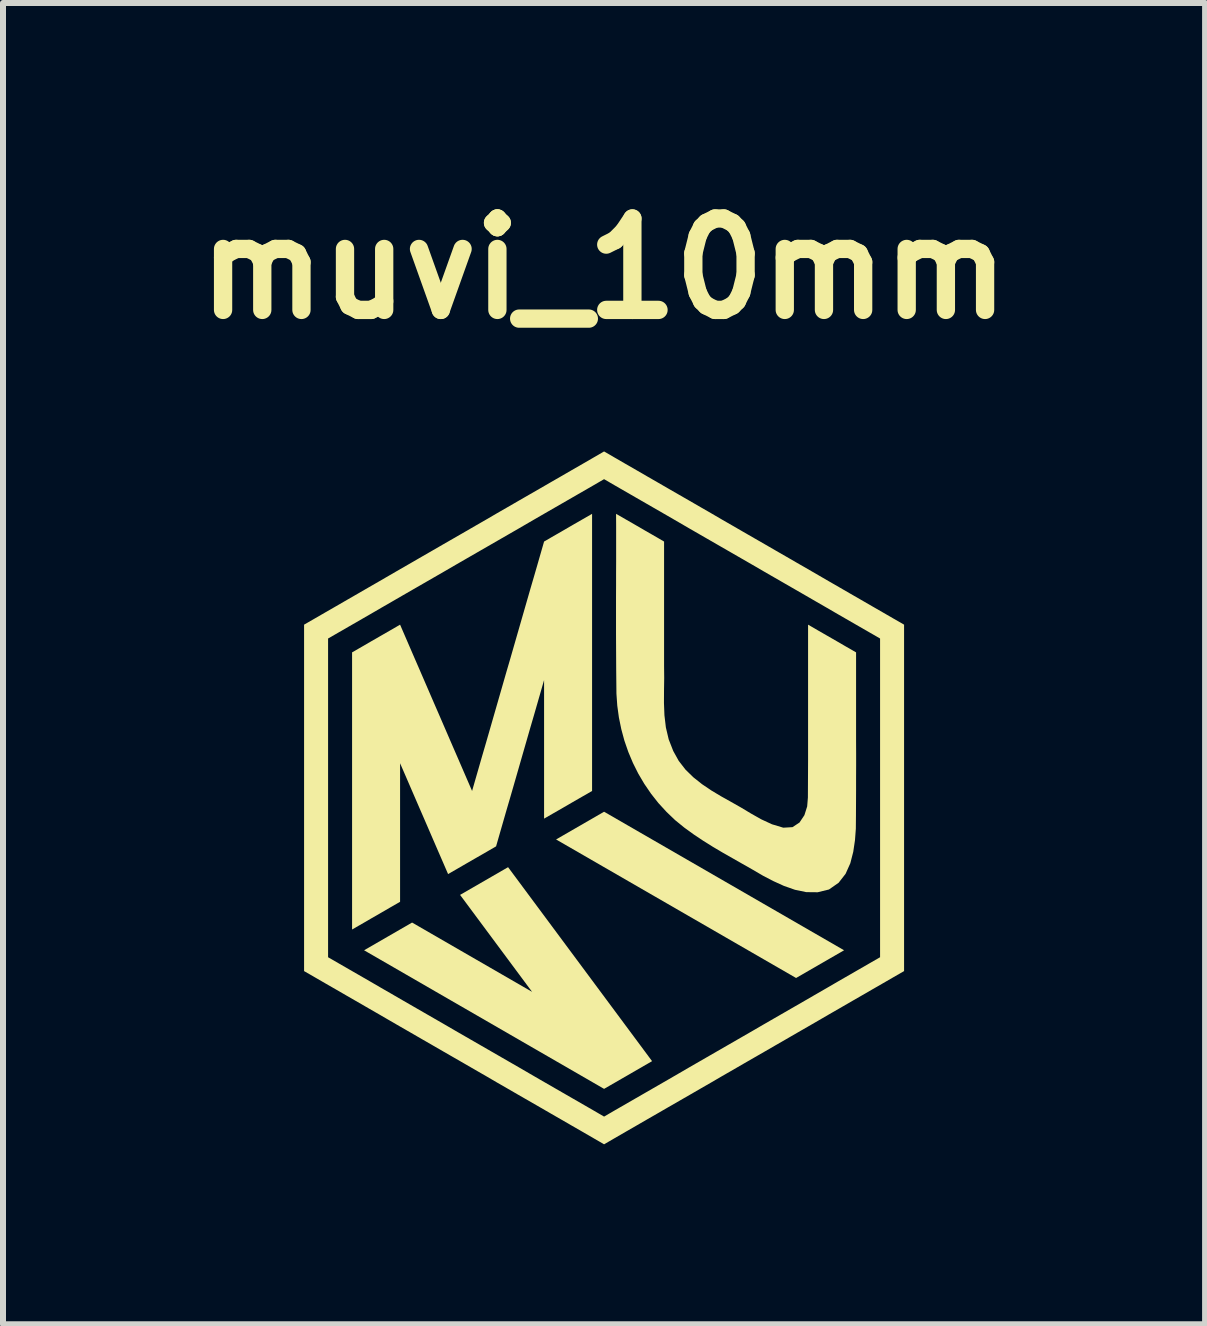
<source format=kicad_pcb>
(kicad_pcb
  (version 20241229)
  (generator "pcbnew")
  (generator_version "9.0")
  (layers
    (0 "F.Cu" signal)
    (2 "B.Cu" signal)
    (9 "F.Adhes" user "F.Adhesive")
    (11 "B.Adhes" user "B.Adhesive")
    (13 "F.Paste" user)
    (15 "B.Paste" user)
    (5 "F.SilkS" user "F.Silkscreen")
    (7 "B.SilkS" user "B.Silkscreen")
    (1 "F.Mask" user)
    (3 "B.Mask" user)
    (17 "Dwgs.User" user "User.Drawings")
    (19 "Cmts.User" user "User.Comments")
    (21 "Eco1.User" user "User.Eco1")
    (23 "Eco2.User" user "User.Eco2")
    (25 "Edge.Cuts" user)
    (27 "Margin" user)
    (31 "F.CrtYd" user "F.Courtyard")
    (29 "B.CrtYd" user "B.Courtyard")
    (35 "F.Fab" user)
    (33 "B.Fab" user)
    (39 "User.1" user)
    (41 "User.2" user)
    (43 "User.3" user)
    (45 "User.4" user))
  (footprint "muvi_10mm"
    (layer "F.Cu")
    (at 7.018 10.248)
    (property "Reference" "muvi_10mm" (at 0 -8.822 0) (layer "F.SilkS") (effects (font (size 1.524 1.524) (thickness 0.305))))
    (attr smd)
    (fp_poly (pts (xy -0.8 0.693) (xy 0 0.231) (xy 4 2.54) (xy 3.2 3.002) (xy -0.8 0.693)) (stroke (width 0) (type solid)) (fill yes) (layer "F.SilkS"))
    (fp_poly (pts (xy -4 2.54) (xy -3.2 2.078) (xy -1.2 3.233) (xy -2.4 1.617) (xy -1.6 1.155) (xy 0.8 4.388) (xy 0 4.85) (xy -4 2.54)) (stroke (width 0) (type solid)) (fill yes) (layer "F.SilkS"))
    (fp_poly (pts (xy 0.2 -4.734) (xy 0.201 -4.534) (xy 0.201 -4.334) (xy 0.201 -4.135) (xy 0.201 -3.935) (xy 0.2 -3.735) (xy 0.2 -3.535) (xy 0.199 -3.335) (xy 0.199 -3.135) (xy 0.199 -2.935) (xy 0.199 -2.735) (xy 0.2 -2.535) (xy 0.201 -2.335) (xy 0.202 -2.135) (xy 0.204 -1.936) (xy 0.206 -1.736) (xy 0.22 -1.537) (xy 0.247 -1.34) (xy 0.287 -1.145) (xy 0.339 -0.953) (xy 0.404 -0.765) (xy 0.481 -0.582) (xy 0.57 -0.404) (xy 0.671 -0.233) (xy 0.783 -0.069) (xy 0.906 0.087) (xy 1.04 0.233) (xy 1.184 0.371) (xy 1.339 0.497) (xy 1.495 0.61) (xy 1.654 0.716) (xy 1.817 0.818) (xy 1.983 0.916) (xy 2.15 1.011) (xy 2.317 1.106) (xy 2.484 1.201) (xy 2.65 1.298) (xy 2.819 1.386) (xy 2.997 1.467) (xy 3.182 1.532) (xy 3.37 1.571) (xy 3.56 1.573) (xy 3.748 1.527) (xy 3.909 1.415) (xy 4.025 1.266) (xy 4.104 1.09) (xy 4.153 0.899) (xy 4.182 0.703) (xy 4.196 0.514) (xy 4.198 0.304) (xy 4.199 0.094) (xy 4.2 -0.116) (xy 4.2 -0.326) (xy 4.201 -0.536) (xy 4.201 -0.746) (xy 4.2 -0.956) (xy 4.2 -1.166) (xy 4.2 -1.375) (xy 4.2 -1.585) (xy 4.2 -1.795) (xy 4.2 -2.005) (xy 4.2 -2.215) (xy 4.2 -2.425) (xy 4.04 -2.517) (xy 3.88 -2.61) (xy 3.72 -2.702) (xy 3.56 -2.794) (xy 3.4 -2.887) (xy 3.4 -2.681) (xy 3.4 -2.475) (xy 3.4 -2.269) (xy 3.4 -2.064) (xy 3.4 -1.858) (xy 3.4 -1.652) (xy 3.4 -1.446) (xy 3.4 -1.24) (xy 3.4 -1.034) (xy 3.4 -0.829) (xy 3.4 -0.623) (xy 3.399 -0.417) (xy 3.398 -0.211) (xy 3.397 -0.005) (xy 3.385 0.142) (xy 3.339 0.288) (xy 3.257 0.411) (xy 3.14 0.488) (xy 2.987 0.497) (xy 2.798 0.44) (xy 2.621 0.358) (xy 2.449 0.261) (xy 2.279 0.159) (xy 2.108 0.062) (xy 1.947 -0.028) (xy 1.787 -0.124) (xy 1.633 -0.228) (xy 1.488 -0.343) (xy 1.357 -0.471) (xy 1.244 -0.617) (xy 1.153 -0.781) (xy 1.077 -0.975) (xy 1.03 -1.174) (xy 1.006 -1.377) (xy 0.998 -1.583) (xy 0.999 -1.791) (xy 1.002 -1.998) (xy 1 -2.204) (xy 1 -2.41) (xy 1 -2.617) (xy 1 -2.824) (xy 1 -3.031) (xy 1 -3.238) (xy 1 -3.445) (xy 1 -3.652) (xy 1 -3.859) (xy 1 -4.066) (xy 1 -4.272) (xy 0.84 -4.365) (xy 0.68 -4.457) (xy 0.52 -4.55) (xy 0.36 -4.642) (xy 0.2 -4.734) (xy 0.2 -4.734)) (stroke (width 0) (type solid)) (fill yes) (layer "F.SilkS"))
    (fp_poly (pts (xy -4.2 2.194) (xy -4.2 1.984) (xy -4.2 1.774) (xy -4.2 1.564) (xy -4.2 1.354) (xy -4.2 1.144) (xy -4.2 0.934) (xy -4.2 0.724) (xy -4.2 0.514) (xy -4.2 0.304) (xy -4.2 0.094) (xy -4.2 -0.115) (xy -4.2 -0.325) (xy -4.2 -0.535) (xy -4.2 -0.745) (xy -4.2 -0.955) (xy -4.2 -1.165) (xy -4.2 -1.375) (xy -4.2 -1.585) (xy -4.2 -1.795) (xy -4.2 -2.005) (xy -4.2 -2.215) (xy -4.2 -2.425) (xy -4.04 -2.517) (xy -3.88 -2.61) (xy -3.72 -2.702) (xy -3.56 -2.794) (xy -3.4 -2.887) (xy -3.32 -2.702) (xy -3.24 -2.517) (xy -3.16 -2.332) (xy -3.08 -2.148) (xy -3 -1.963) (xy -2.92 -1.778) (xy -2.84 -1.593) (xy -2.76 -1.409) (xy -2.68 -1.224) (xy -2.6 -1.039) (xy -2.52 -0.854) (xy -2.44 -0.67) (xy -2.36 -0.485) (xy -2.28 -0.3) (xy -2.2 -0.115) (xy -2.143 -0.313) (xy -2.086 -0.511) (xy -2.029 -0.709) (xy -1.971 -0.907) (xy -1.914 -1.105) (xy -1.857 -1.303) (xy -1.8 -1.501) (xy -1.743 -1.699) (xy -1.686 -1.897) (xy -1.629 -2.095) (xy -1.571 -2.293) (xy -1.514 -2.491) (xy -1.457 -2.689) (xy -1.4 -2.887) (xy -1.343 -3.085) (xy -1.286 -3.283) (xy -1.229 -3.481) (xy -1.171 -3.679) (xy -1.114 -3.876) (xy -1.057 -4.074) (xy -1 -4.272) (xy -0.84 -4.365) (xy -0.68 -4.457) (xy -0.52 -4.55) (xy -0.36 -4.642) (xy -0.2 -4.734) (xy -0.2 -4.524) (xy -0.2 -4.314) (xy -0.2 -4.104) (xy -0.2 -3.894) (xy -0.2 -3.685) (xy -0.2 -3.475) (xy -0.2 -3.265) (xy -0.2 -3.055) (xy -0.2 -2.845) (xy -0.2 -2.635) (xy -0.2 -2.425) (xy -0.2 -2.215) (xy -0.2 -2.005) (xy -0.2 -1.795) (xy -0.2 -1.585) (xy -0.2 -1.375) (xy -0.2 -1.165) (xy -0.2 -0.955) (xy -0.2 -0.745) (xy -0.2 -0.535) (xy -0.2 -0.325) (xy -0.2 -0.115) (xy -0.36 -0.023) (xy -0.52 0.069) (xy -0.68 0.162) (xy -0.84 0.254) (xy -1 0.346) (xy -1 0.136) (xy -1 -0.073) (xy -1 -0.283) (xy -1 -0.493) (xy -1 -0.703) (xy -1 -0.913) (xy -1 -1.123) (xy -1 -1.333) (xy -1 -1.543) (xy -1 -1.753) (xy -1 -1.963) (xy -1.057 -1.765) (xy -1.114 -1.567) (xy -1.171 -1.369) (xy -1.229 -1.171) (xy -1.286 -0.973) (xy -1.343 -0.775) (xy -1.4 -0.577) (xy -1.457 -0.379) (xy -1.514 -0.181) (xy -1.571 0.016) (xy -1.629 0.214) (xy -1.686 0.412) (xy -1.743 0.61) (xy -1.8 0.808) (xy -1.96 0.901) (xy -2.12 0.993) (xy -2.28 1.085) (xy -2.44 1.178) (xy -2.6 1.27) (xy -2.68 1.085) (xy -2.76 0.901) (xy -2.84 0.716) (xy -2.92 0.531) (xy -3 0.346) (xy -3.08 0.162) (xy -3.16 -0.023) (xy -3.24 -0.208) (xy -3.32 -0.393) (xy -3.4 -0.577) (xy -3.4 -0.367) (xy -3.4 -0.157) (xy -3.4 0.052) (xy -3.4 0.262) (xy -3.4 0.472) (xy -3.4 0.682) (xy -3.4 0.892) (xy -3.4 1.102) (xy -3.4 1.312) (xy -3.4 1.522) (xy -3.4 1.732) (xy -3.56 1.824) (xy -3.72 1.917) (xy -3.88 2.009) (xy -4.04 2.102) (xy -4.2 2.194)) (stroke (width 0) (type solid)) (fill yes) (layer "F.SilkS"))
    (fp_poly (pts (xy 0 -5.774) (xy 0 -5.312) (xy 0.177 -5.209) (xy 0.354 -5.107) (xy 0.531 -5.005) (xy 0.708 -4.903) (xy 0.885 -4.801) (xy 1.062 -4.699) (xy 1.238 -4.597) (xy 1.415 -4.494) (xy 1.592 -4.392) (xy 1.769 -4.29) (xy 1.946 -4.188) (xy 2.123 -4.086) (xy 2.3 -3.984) (xy 2.477 -3.882) (xy 2.654 -3.779) (xy 2.831 -3.677) (xy 3.008 -3.575) (xy 3.185 -3.473) (xy 3.362 -3.371) (xy 3.538 -3.269) (xy 3.715 -3.167) (xy 3.892 -3.064) (xy 4.069 -2.962) (xy 4.246 -2.86) (xy 4.423 -2.758) (xy 4.6 -2.656) (xy 4.6 -2.452) (xy 4.6 -2.247) (xy 4.6 -2.043) (xy 4.6 -1.839) (xy 4.6 -1.634) (xy 4.6 -1.43) (xy 4.6 -1.226) (xy 4.6 -1.021) (xy 4.6 -0.817) (xy 4.6 -0.613) (xy 4.6 -0.409) (xy 4.6 -0.204) (xy 4.6 0) (xy 4.6 0.204) (xy 4.6 0.409) (xy 4.6 0.613) (xy 4.6 0.817) (xy 4.6 1.021) (xy 4.6 1.226) (xy 4.6 1.43) (xy 4.6 1.634) (xy 4.6 1.839) (xy 4.6 2.043) (xy 4.6 2.247) (xy 4.6 2.452) (xy 4.6 2.656) (xy 4.423 2.758) (xy 4.246 2.86) (xy 4.069 2.962) (xy 3.892 3.064) (xy 3.715 3.167) (xy 3.538 3.269) (xy 3.362 3.371) (xy 3.185 3.473) (xy 3.008 3.575) (xy 2.831 3.677) (xy 2.654 3.779) (xy 2.477 3.882) (xy 2.3 3.984) (xy 2.123 4.086) (xy 1.946 4.188) (xy 1.769 4.29) (xy 1.592 4.392) (xy 1.415 4.494) (xy 1.238 4.597) (xy 1.062 4.699) (xy 0.885 4.801) (xy 0.708 4.903) (xy 0.531 5.005) (xy 0.354 5.107) (xy 0.177 5.209) (xy 0 5.312) (xy -0.177 5.209) (xy -0.354 5.107) (xy -0.531 5.005) (xy -0.708 4.903) (xy -0.885 4.801) (xy -1.062 4.699) (xy -1.238 4.597) (xy -1.415 4.494) (xy -1.592 4.392) (xy -1.769 4.29) (xy -1.946 4.188) (xy -2.123 4.086) (xy -2.3 3.984) (xy -2.477 3.882) (xy -2.654 3.779) (xy -2.831 3.677) (xy -3.008 3.575) (xy -3.185 3.473) (xy -3.362 3.371) (xy -3.538 3.269) (xy -3.715 3.167) (xy -3.892 3.064) (xy -4.069 2.962) (xy -4.246 2.86) (xy -4.423 2.758) (xy -4.6 2.656) (xy -4.6 2.452) (xy -4.6 2.247) (xy -4.6 2.043) (xy -4.6 1.839) (xy -4.6 1.634) (xy -4.6 1.43) (xy -4.6 1.226) (xy -4.6 1.021) (xy -4.6 0.817) (xy -4.6 0.613) (xy -4.6 0.409) (xy -4.6 0.204) (xy -4.6 0) (xy -4.6 -0.204) (xy -4.6 -0.409) (xy -4.6 -0.613) (xy -4.6 -0.817) (xy -4.6 -1.021) (xy -4.6 -1.226) (xy -4.6 -1.43) (xy -4.6 -1.634) (xy -4.6 -1.839) (xy -4.6 -2.043) (xy -4.6 -2.247) (xy -4.6 -2.452) (xy -4.6 -2.656) (xy -4.423 -2.758) (xy -4.246 -2.86) (xy -4.069 -2.962) (xy -3.892 -3.064) (xy -3.715 -3.167) (xy -3.538 -3.269) (xy -3.362 -3.371) (xy -3.185 -3.473) (xy -3.008 -3.575) (xy -2.831 -3.677) (xy -2.654 -3.779) (xy -2.477 -3.882) (xy -2.3 -3.984) (xy -2.123 -4.086) (xy -1.946 -4.188) (xy -1.769 -4.29) (xy -1.592 -4.392) (xy -1.415 -4.494) (xy -1.238 -4.597) (xy -1.062 -4.699) (xy -0.885 -4.801) (xy -0.708 -4.903) (xy -0.531 -5.005) (xy -0.354 -5.107) (xy -0.177 -5.209) (xy 0 -5.312) (xy 0 -5.774) (xy -0.179 -5.67) (xy -0.357 -5.567) (xy -0.536 -5.464) (xy -0.714 -5.361) (xy -0.893 -5.258) (xy -1.071 -5.155) (xy -1.25 -5.052) (xy -1.429 -4.949) (xy -1.607 -4.846) (xy -1.786 -4.743) (xy -1.964 -4.639) (xy -2.143 -4.536) (xy -2.321 -4.433) (xy -2.5 -4.33) (xy -2.679 -4.227) (xy -2.857 -4.124) (xy -3.036 -4.021) (xy -3.214 -3.918) (xy -3.393 -3.815) (xy -3.571 -3.712) (xy -3.75 -3.608) (xy -3.929 -3.505) (xy -4.107 -3.402) (xy -4.286 -3.299) (xy -4.464 -3.196) (xy -4.643 -3.093) (xy -4.821 -2.99) (xy -5 -2.887) (xy -5 -2.681) (xy -5 -2.474) (xy -5 -2.268) (xy -5 -2.062) (xy -5 -1.856) (xy -5 -1.65) (xy -5 -1.443) (xy -5 -1.237) (xy -5 -1.031) (xy -5 -0.825) (xy -5 -0.619) (xy -5 -0.412) (xy -5 -0.206) (xy -5 0) (xy -5 0.206) (xy -5 0.412) (xy -5 0.619) (xy -5 0.825) (xy -5 1.031) (xy -5 1.237) (xy -5 1.443) (xy -5 1.65) (xy -5 1.856) (xy -5 2.062) (xy -5 2.268) (xy -5 2.474) (xy -5 2.681) (xy -5 2.887) (xy -4.821 2.99) (xy -4.643 3.093) (xy -4.464 3.196) (xy -4.286 3.299) (xy -4.107 3.402) (xy -3.929 3.505) (xy -3.75 3.608) (xy -3.571 3.712) (xy -3.393 3.815) (xy -3.214 3.918) (xy -3.036 4.021) (xy -2.857 4.124) (xy -2.679 4.227) (xy -2.5 4.33) (xy -2.321 4.433) (xy -2.143 4.536) (xy -1.964 4.639) (xy -1.786 4.743) (xy -1.607 4.846) (xy -1.429 4.949) (xy -1.25 5.052) (xy -1.071 5.155) (xy -0.893 5.258) (xy -0.714 5.361) (xy -0.536 5.464) (xy -0.357 5.567) (xy -0.179 5.67) (xy 0 5.774) (xy 0.179 5.67) (xy 0.357 5.567) (xy 0.536 5.464) (xy 0.714 5.361) (xy 0.893 5.258) (xy 1.071 5.155) (xy 1.25 5.052) (xy 1.429 4.949) (xy 1.607 4.846) (xy 1.786 4.743) (xy 1.964 4.639) (xy 2.143 4.536) (xy 2.321 4.433) (xy 2.5 4.33) (xy 2.679 4.227) (xy 2.857 4.124) (xy 3.036 4.021) (xy 3.214 3.918) (xy 3.393 3.815) (xy 3.571 3.712) (xy 3.75 3.608) (xy 3.929 3.505) (xy 4.107 3.402) (xy 4.286 3.299) (xy 4.464 3.196) (xy 4.643 3.093) (xy 4.821 2.99) (xy 5 2.887) (xy 5 2.681) (xy 5 2.474) (xy 5 2.268) (xy 5 2.062) (xy 5 1.856) (xy 5 1.65) (xy 5 1.443) (xy 5 1.237) (xy 5 1.031) (xy 5 0.825) (xy 5 0.619) (xy 5 0.412) (xy 5 0.206) (xy 5 0) (xy 5 -0.206) (xy 5 -0.412) (xy 5 -0.619) (xy 5 -0.825) (xy 5 -1.031) (xy 5 -1.237) (xy 5 -1.443) (xy 5 -1.65) (xy 5 -1.856) (xy 5 -2.062) (xy 5 -2.268) (xy 5 -2.474) (xy 5 -2.681) (xy 5 -2.887) (xy 4.821 -2.99) (xy 4.643 -3.093) (xy 4.464 -3.196) (xy 4.286 -3.299) (xy 4.107 -3.402) (xy 3.929 -3.505) (xy 3.75 -3.608) (xy 3.571 -3.712) (xy 3.393 -3.815) (xy 3.214 -3.918) (xy 3.036 -4.021) (xy 2.857 -4.124) (xy 2.679 -4.227) (xy 2.5 -4.33) (xy 2.321 -4.433) (xy 2.143 -4.536) (xy 1.964 -4.639) (xy 1.786 -4.743) (xy 1.607 -4.846) (xy 1.429 -4.949) (xy 1.25 -5.052) (xy 1.071 -5.155) (xy 0.893 -5.258) (xy 0.714 -5.361) (xy 0.536 -5.464) (xy 0.357 -5.567) (xy 0.179 -5.67) (xy 0 -5.774)) (stroke (width 0) (type solid)) (fill yes) (layer "F.SilkS")))
  (gr_rect
    (start -3 -3)
    (end 17.035 19.021)
    (stroke (width 0.1) (type default))
    (fill no)
    (layer "Edge.Cuts")))
</source>
